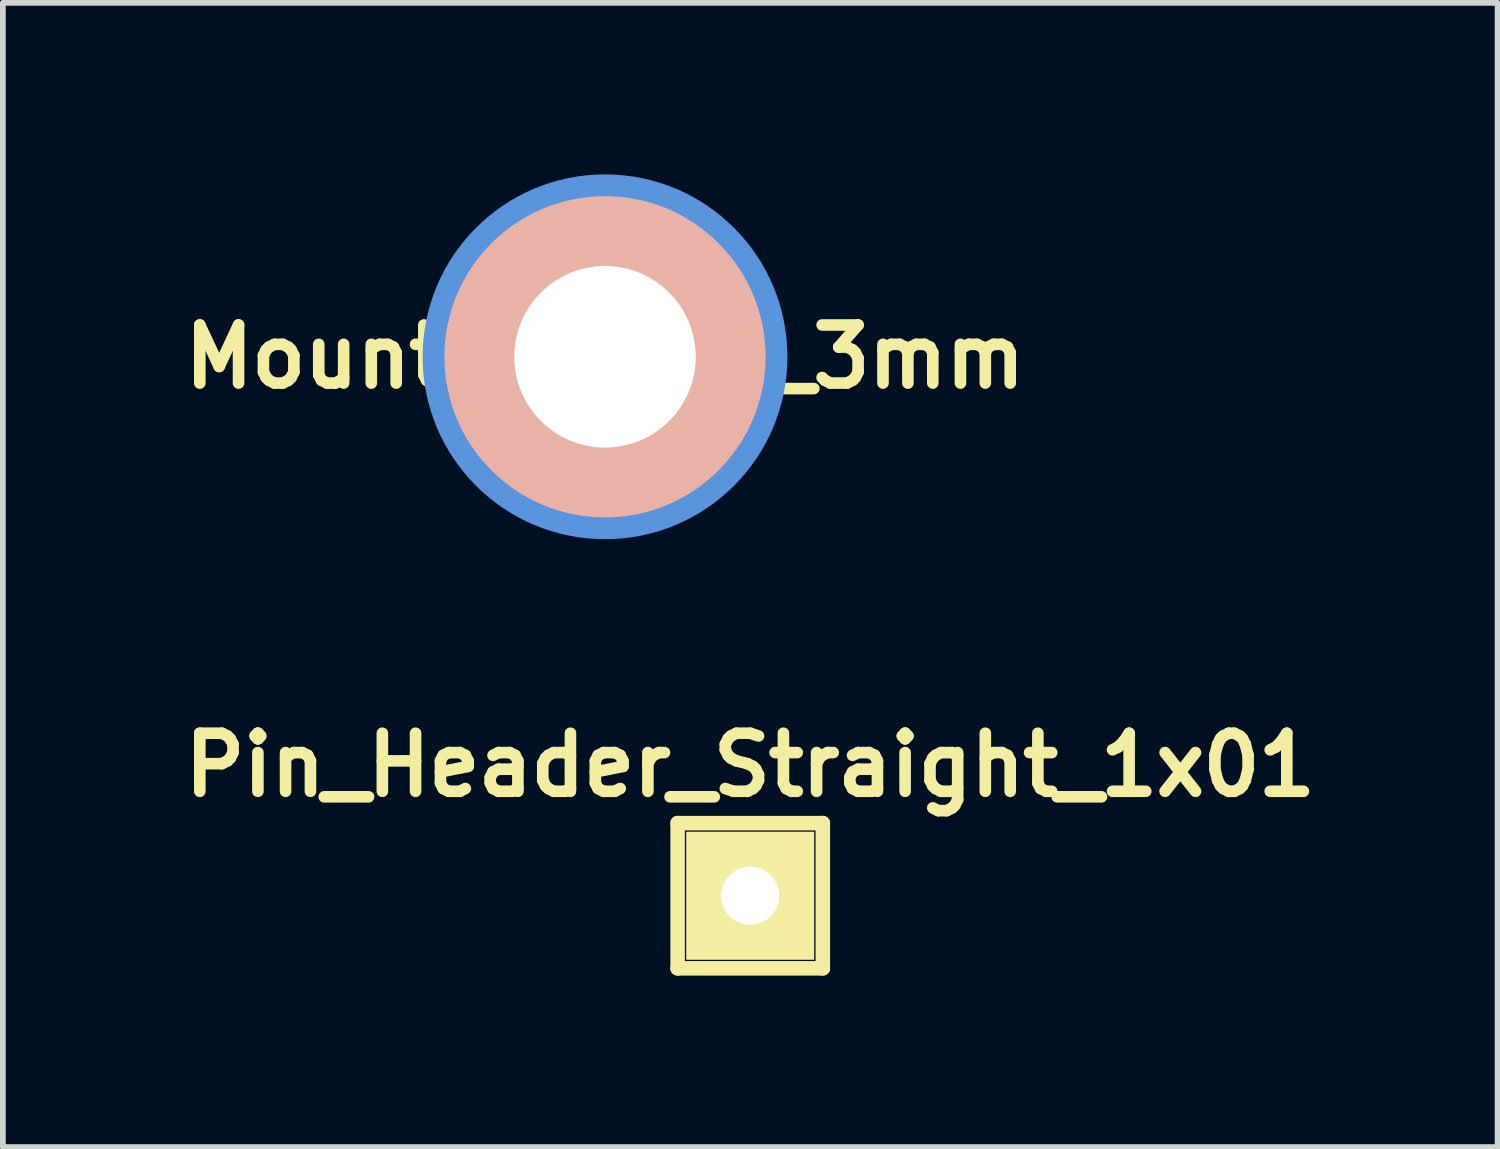
<source format=kicad_pcb>
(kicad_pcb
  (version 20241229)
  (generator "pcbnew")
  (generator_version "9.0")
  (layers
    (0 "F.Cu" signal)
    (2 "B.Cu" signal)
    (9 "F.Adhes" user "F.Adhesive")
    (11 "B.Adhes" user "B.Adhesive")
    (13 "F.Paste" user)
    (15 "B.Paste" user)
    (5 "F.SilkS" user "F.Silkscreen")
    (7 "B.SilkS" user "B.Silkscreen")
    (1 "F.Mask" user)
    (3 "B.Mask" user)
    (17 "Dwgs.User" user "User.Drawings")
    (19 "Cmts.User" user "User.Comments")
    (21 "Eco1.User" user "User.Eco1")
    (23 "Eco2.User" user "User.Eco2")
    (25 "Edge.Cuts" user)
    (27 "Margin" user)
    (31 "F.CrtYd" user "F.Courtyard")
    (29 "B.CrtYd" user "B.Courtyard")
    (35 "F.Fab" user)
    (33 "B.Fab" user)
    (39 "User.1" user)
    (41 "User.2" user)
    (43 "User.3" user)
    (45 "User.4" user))
  (footprint "Pin_Header_Straight_1x01"
    (layer "F.Cu")
    (at 10.073 12.618)
    (property "Reference" "Pin_Header_Straight_1x01" (at 0 -2.286 0) (layer "F.SilkS") (effects (font (size 1.016 1.016) (thickness 0.203))))
    (attr through_hole)
    (fp_line (start -1.27 -1.27) (end -1.27 1.27) (stroke (width 0.254) (type solid)) (layer "F.SilkS"))
    (fp_line (start -1.27 1.27) (end 1.27 1.27) (stroke (width 0.254) (type solid)) (layer "F.SilkS"))
    (fp_line (start 1.27 -1.27) (end -1.27 -1.27) (stroke (width 0.254) (type solid)) (layer "F.SilkS"))
    (fp_line (start 1.27 1.27) (end 1.27 -1.27) (stroke (width 0.254) (type solid)) (layer "F.SilkS"))
    (pad "1" thru_hole rect (at 0 0) (size 2.235 2.235) (drill 1.016) (layers "*.Cu" "*.Mask" "F.SilkS")))
  (footprint "MountingHole_3mm"
    (layer "F.Cu")
    (at 7.533 3.191)
    (property "Reference" "MountingHole_3mm" (at 0 0 0) (layer "F.SilkS") (effects (font (size 1.016 1.016) (thickness 0.203))))
    (attr through_hole)
    (fp_circle (center 0 0) (end 3 0) (stroke (width 0.381) (type solid)) (fill no) (layer "Cmts.User"))
    (pad "1" thru_hole circle (at 0 0) (size 6 6) (drill 3.175) (layers "*.Cu" "*.SilkS" "*.Mask")))
  (gr_rect
    (start -3 -3)
    (end 23.146 17.015)
    (stroke (width 0.1) (type default))
    (fill no)
    (layer "Edge.Cuts")))
</source>
